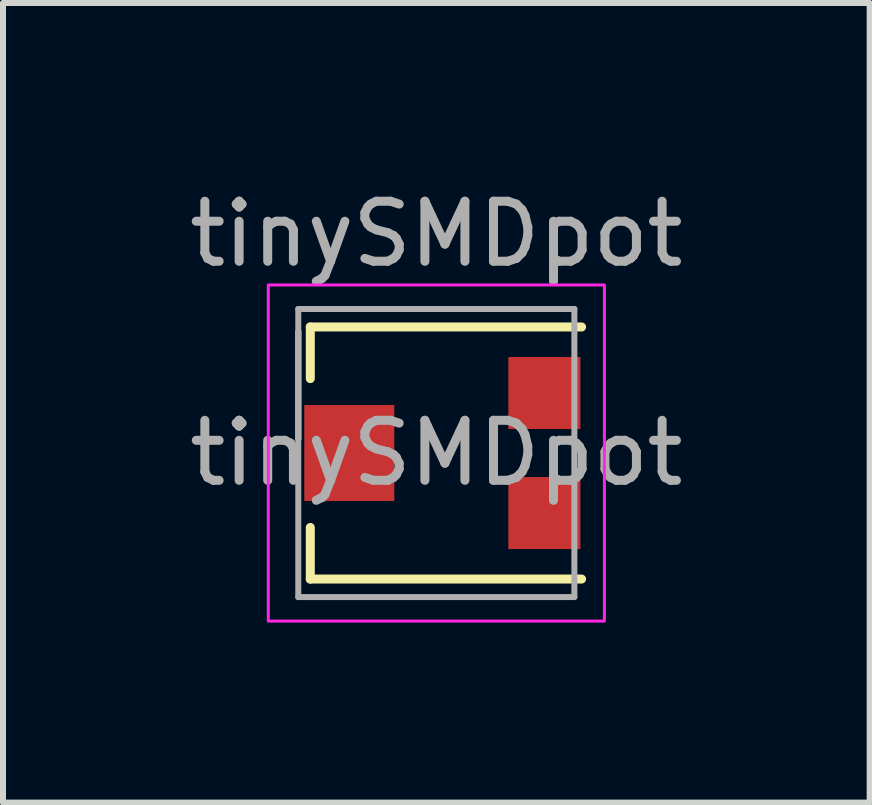
<source format=kicad_pcb>
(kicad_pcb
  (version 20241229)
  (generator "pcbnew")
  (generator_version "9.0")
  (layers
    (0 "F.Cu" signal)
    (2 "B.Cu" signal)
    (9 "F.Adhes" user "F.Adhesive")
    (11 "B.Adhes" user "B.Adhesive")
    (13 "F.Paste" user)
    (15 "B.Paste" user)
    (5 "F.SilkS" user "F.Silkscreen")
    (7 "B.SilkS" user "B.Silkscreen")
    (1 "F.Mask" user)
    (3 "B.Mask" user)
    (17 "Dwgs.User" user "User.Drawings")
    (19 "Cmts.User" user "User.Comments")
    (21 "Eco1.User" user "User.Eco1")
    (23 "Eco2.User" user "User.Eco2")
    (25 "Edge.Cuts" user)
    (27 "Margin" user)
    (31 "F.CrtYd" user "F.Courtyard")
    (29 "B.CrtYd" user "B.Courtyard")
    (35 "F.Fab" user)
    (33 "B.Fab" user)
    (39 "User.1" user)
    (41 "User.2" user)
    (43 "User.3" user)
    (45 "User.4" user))
  (footprint "tinySMDpot"
    (layer "F.Cu")
    (at 4.22 4.498)
    (property "Reference" "tinySMDpot" (at 0 -3.65 0) (layer "F.Fab") (effects (font (size 1 1) (thickness 0.15))))
    (attr smd)
    (fp_line (start -2.1 -2.1) (end -2.1 -1.24) (stroke (width 0.15) (type solid)) (layer "F.SilkS"))
    (fp_line (start -2.1 -2.1) (end 2.42 -2.1) (stroke (width 0.15) (type solid)) (layer "F.SilkS"))
    (fp_line (start -2.1 1.24) (end -2.1 2.1) (stroke (width 0.15) (type solid)) (layer "F.SilkS"))
    (fp_line (start -2.1 2.1) (end 2.42 2.1) (stroke (width 0.15) (type solid)) (layer "F.SilkS"))
    (fp_rect (start -2.8 -2.8) (end 2.8 2.8) (stroke (width 0.05) (type solid)) (fill no) (layer "F.CrtYd"))
    (fp_line (start -2.3 -2.4) (end -2.3 2.4) (stroke (width 0.1) (type solid)) (layer "F.Fab"))
    (fp_line (start -2.3 -2.02) (end -2.3 -2.02) (stroke (width 0.1) (type solid)) (layer "F.Fab"))
    (fp_line (start -2.3 -2.02) (end -2.3 -0.24) (stroke (width 0.1) (type solid)) (layer "F.Fab"))
    (fp_line (start -2.3 -1.13) (end -2.3 -1.13) (stroke (width 0.1) (type solid)) (layer "F.Fab"))
    (fp_line (start -2.3 -0.24) (end -2.3 -2.02) (stroke (width 0.1) (type solid)) (layer "F.Fab"))
    (fp_line (start -2.3 -0.24) (end -2.3 -0.24) (stroke (width 0.1) (type solid)) (layer "F.Fab"))
    (fp_line (start -2.3 2.4) (end 2.3 2.4) (stroke (width 0.1) (type solid)) (layer "F.Fab"))
    (fp_line (start 2.3 -2.4) (end -2.3 -2.4) (stroke (width 0.1) (type solid)) (layer "F.Fab"))
    (fp_line (start 2.3 2.4) (end 2.3 -2.4) (stroke (width 0.1) (type solid)) (layer "F.Fab"))
    (fp_text user "${REFERENCE}" (at 0 0 0) (layer "F.Fab") (effects (font (size 1 1) (thickness 0.15))))
    (pad "1" smd rect (at 1.8 -1) (size 1.2 1.2) (layers "F.Cu" "F.Mask" "F.Paste"))
    (pad "2" smd rect (at -1.45 0) (size 1.5 1.6) (layers "F.Cu" "F.Mask" "F.Paste"))
    (pad "3" smd rect (at 1.8 1) (size 1.2 1.2) (layers "F.Cu" "F.Mask" "F.Paste")))
  (gr_rect
    (start -3 -3)
    (end 11.44 10.323)
    (stroke (width 0.1) (type default))
    (fill no)
    (layer "Edge.Cuts")))
</source>
